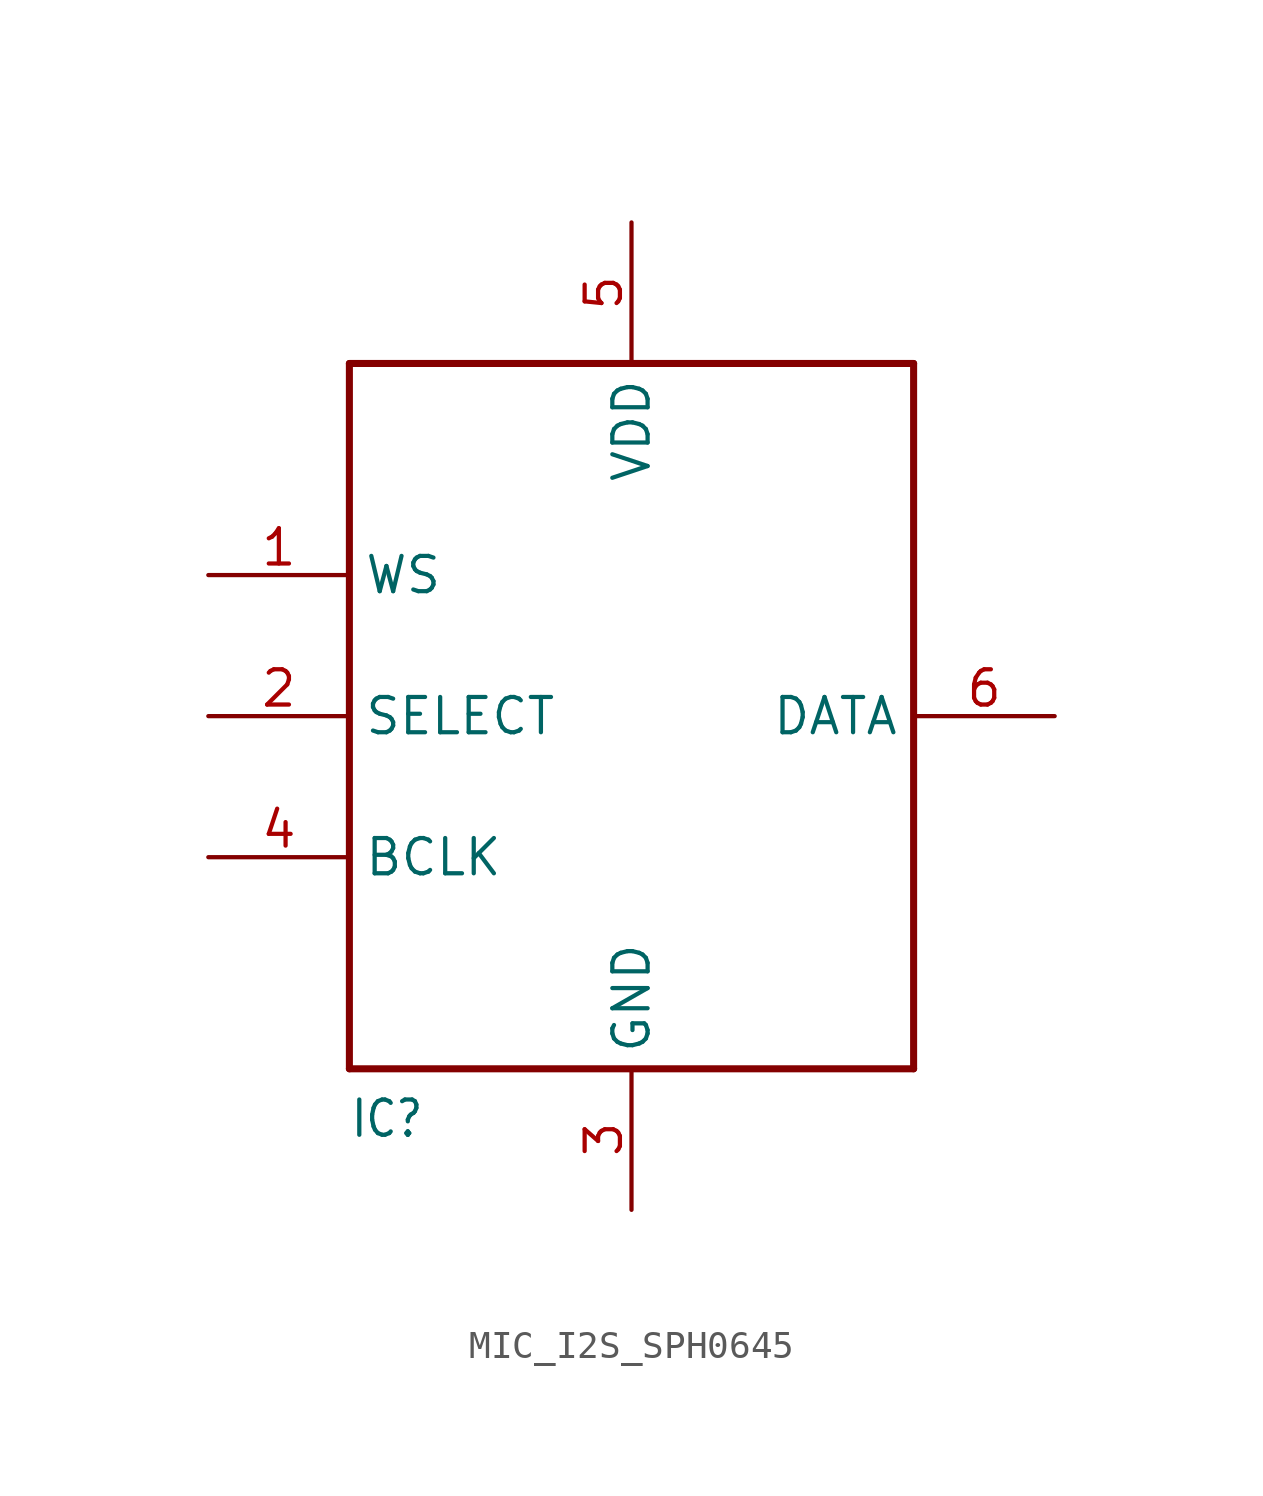
<source format=kicad_sym>
(kicad_symbol_lib
  (version 20220914)
  (generator kicad_symbol_editor)
  (symbol "MIC_I2S_SPH0645"
    (property "Reference" "IC"
      (at -10.16 -15.24 0)
      (effects (font (size 1.27 1.079)) (justify left bottom)))
    (property "ki_locked" ""
      (at 0 0 0)
      (effects (font (size 1.27 1.27))))
    (symbol "MIC_I2S_SPH0645_1_0"
      (polyline (pts (xy -10.16 -12.7) (xy -10.16 12.7)) (stroke (width 0.254) (type solid)) (fill (type none)))
      (polyline (pts (xy -10.16 12.7) (xy 10.16 12.7)) (stroke (width 0.254) (type solid)) (fill (type none)))
      (polyline (pts (xy 10.16 -12.7) (xy -10.16 -12.7)) (stroke (width 0.254) (type solid)) (fill (type none)))
      (polyline (pts (xy 10.16 12.7) (xy 10.16 -12.7)) (stroke (width 0.254) (type solid)) (fill (type none)))
      (pin input line (at -15.24 5.08 0) (length 5.08) (name "WS" (effects (font (size 1.27 1.27)))) (number "1" (effects (font (size 1.27 1.27)))))
      (pin input line (at -15.24 0 0) (length 5.08) (name "SELECT" (effects (font (size 1.27 1.27)))) (number "2" (effects (font (size 1.27 1.27)))))
      (pin power_in line (at 0 -17.78 90) (length 5.08) (name "GND" (effects (font (size 1.27 1.27)))) (number "3" (effects (font (size 1.27 1.27)))))
      (pin input line (at -15.24 -5.08 0) (length 5.08) (name "BCLK" (effects (font (size 1.27 1.27)))) (number "4" (effects (font (size 1.27 1.27)))))
      (pin power_in line (at 0 17.78 270) (length 5.08) (name "VDD" (effects (font (size 1.27 1.27)))) (number "5" (effects (font (size 1.27 1.27)))))
      (pin output line (at 15.24 0 180) (length 5.08) (name "DATA" (effects (font (size 1.27 1.27)))) (number "6" (effects (font (size 1.27 1.27))))))))
</source>
